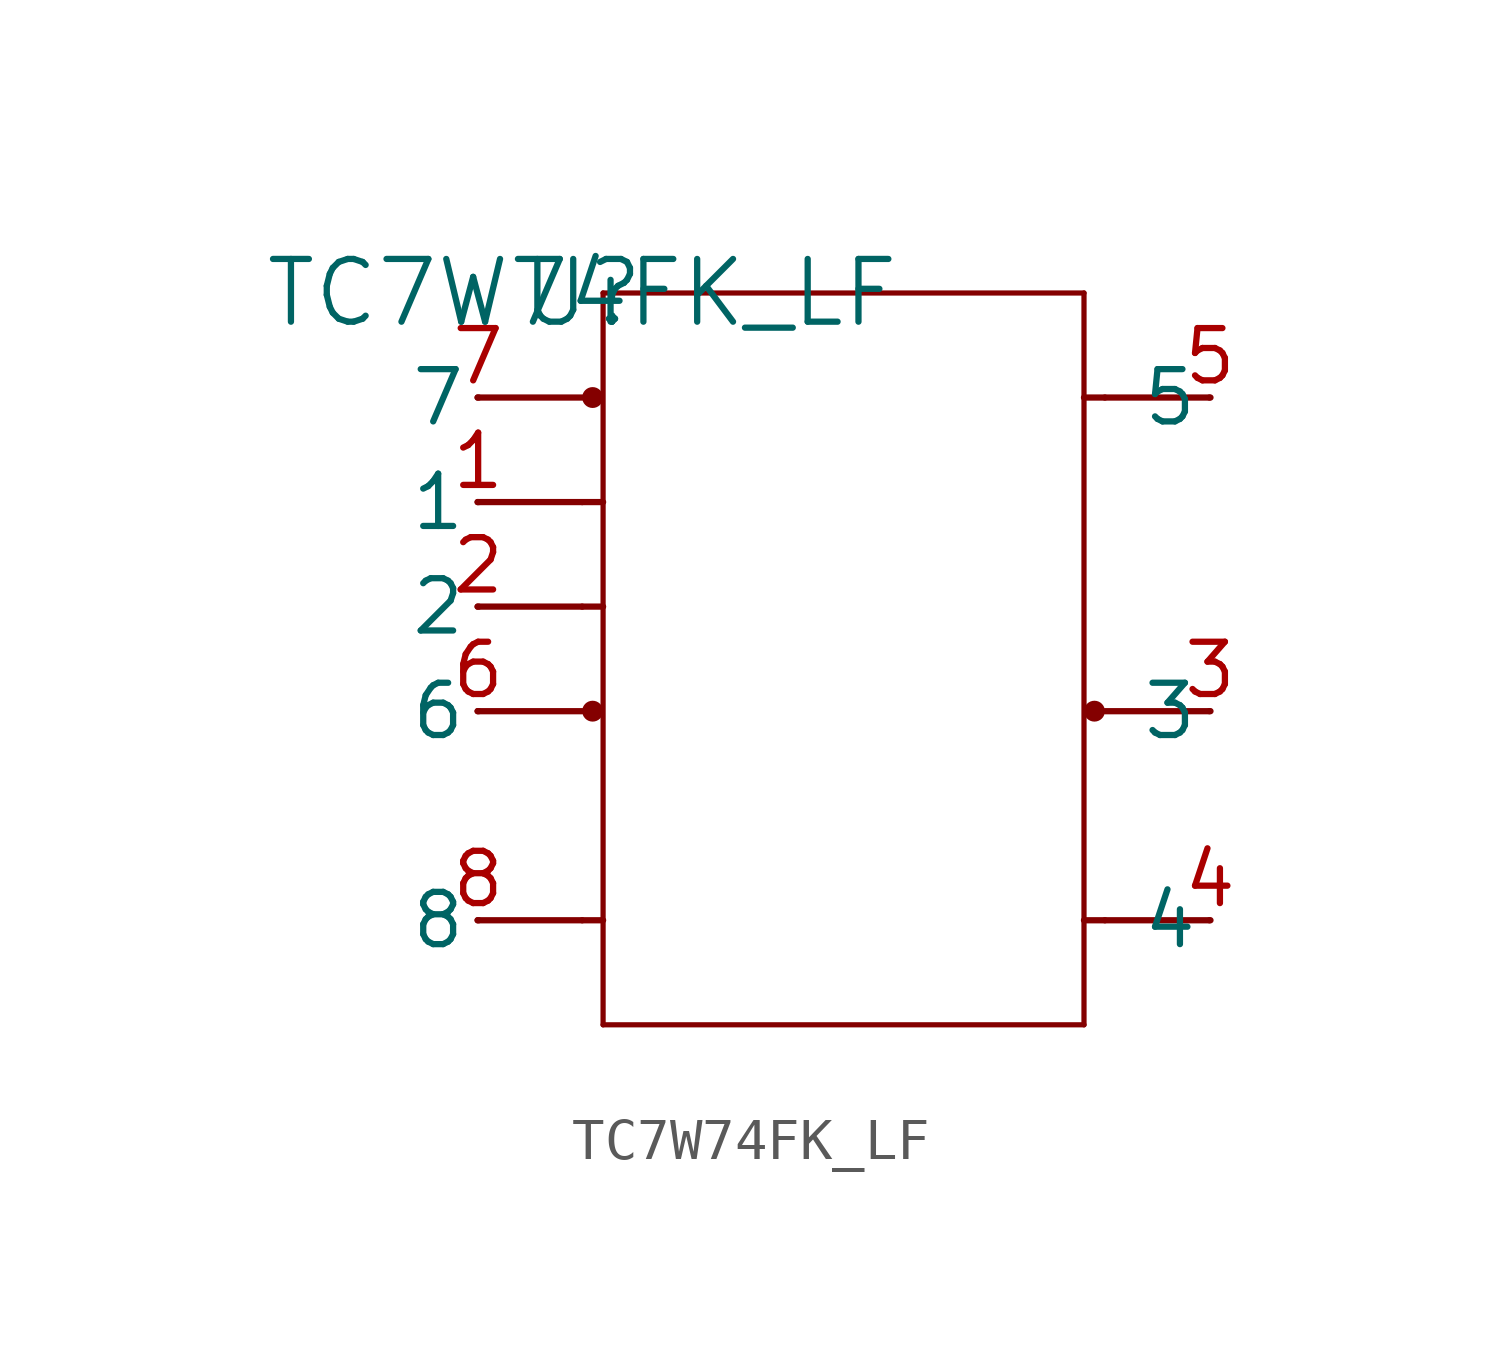
<source format=kicad_sym>
(kicad_symbol_lib
  (version 20211014)
  (generator kicad_symbol_editor)
  (symbol "TC7W74FK_LF"
    (pin_names
      (offset 0.254))
    (property "Reference" "U"
      (at 0 0 0)
      (effects (font (size 1.524 1.524))))
    (property "Value" "TC7W74FK_LF"
      (at 0 0 0)
      (effects (font (size 1.524 1.524))))
    (symbol "TC7W74FK_LF_0_1"
      (polyline (pts (xy 12.192 -2.54) (xy 12.7 -2.54)) (stroke (width 0) (type default) (color 0 0 0 0)) (fill (type none)))
      (polyline (pts (xy -2.54 -5.08) (xy 0 -5.08)) (stroke (width 0) (type default) (color 0 0 0 0)) (fill (type none)))
      (polyline (pts (xy -2.54 -2.54) (xy 0 -2.54)) (stroke (width 0) (type default) (color 0 0 0 0)) (fill (type none)))
      (polyline (pts (xy -2.54 -15.24) (xy 0 -15.24)) (stroke (width 0) (type default) (color 0 0 0 0)) (fill (type none)))
      (polyline (pts (xy 15.24 -10.16) (xy 12.7 -10.16)) (stroke (width 0) (type default) (color 0 0 0 0)) (fill (type none)))
      (polyline (pts (xy 15.24 -2.54) (xy 12.7 -2.54)) (stroke (width 0) (type default) (color 0 0 0 0)) (fill (type none)))
      (polyline (pts (xy 15.24 -15.24) (xy 12.7 -15.24)) (stroke (width 0) (type default) (color 0 0 0 0)) (fill (type none)))
      (polyline (pts (xy -2.54 -7.62) (xy 0 -7.62)) (stroke (width 0) (type default) (color 0 0 0 0)) (fill (type none)))
      (polyline (pts (xy -2.54 -10.16) (xy 0 -10.16)) (stroke (width 0) (type default) (color 0 0 0 0)) (fill (type none)))
      (polyline (pts (xy 0.508 -17.78) (xy 0.508 0)) (stroke (width 0.127) (type default) (color 0 0 0 0)) (fill (type none)))
      (polyline (pts (xy 0.508 0) (xy 12.192 0)) (stroke (width 0.127) (type default) (color 0 0 0 0)) (fill (type none)))
      (polyline (pts (xy 12.192 0) (xy 12.192 -17.78)) (stroke (width 0.127) (type default) (color 0 0 0 0)) (fill (type none)))
      (polyline (pts (xy 12.192 -17.78) (xy 0.508 -17.78)) (stroke (width 0.127) (type default) (color 0 0 0 0)) (fill (type none)))
      (circle (center 12.446 -10.16) (radius 0.127) (stroke (width 0.254) (type default) (color 0 0 0 0)) (fill (type none)))
      (circle (center 0.254 -2.54) (radius 0.127) (stroke (width 0.254) (type default) (color 0 0 0 0)) (fill (type none)))
      (circle (center 0.254 -10.16) (radius 0.127) (stroke (width 0.254) (type default) (color 0 0 0 0)) (fill (type none)))
      (polyline (pts (xy 0 -15.24) (xy 0.508 -15.24)) (stroke (width 0) (type default) (color 0 0 0 0)) (fill (type none)))
      (polyline (pts (xy 0 -7.62) (xy 0.508 -7.62)) (stroke (width 0) (type default) (color 0 0 0 0)) (fill (type none)))
      (polyline (pts (xy 0 -5.08) (xy 0.508 -5.08)) (stroke (width 0) (type default) (color 0 0 0 0)) (fill (type none)))
      (polyline (pts (xy 12.192 -15.24) (xy 12.7 -15.24)) (stroke (width 0) (type default) (color 0 0 0 0)) (fill (type none)))
      (pin unspecified line (at -2.515 -5.08 180) (length 0.025) (name "1" (effects (font (size 1.27 1.27)))) (number "1" (effects (font (size 1.27 1.27)))))
      (pin unspecified line (at -2.515 -7.62 180) (length 0.025) (name "2" (effects (font (size 1.27 1.27)))) (number "2" (effects (font (size 1.27 1.27)))))
      (pin unspecified line (at 15.265 -10.16 180) (length 0.025) (name "3" (effects (font (size 1.27 1.27)))) (number "3" (effects (font (size 1.27 1.27)))))
      (pin unspecified line (at 15.265 -15.24 180) (length 0.025) (name "4" (effects (font (size 1.27 1.27)))) (number "4" (effects (font (size 1.27 1.27)))))
      (pin unspecified line (at 15.265 -2.54 180) (length 0.025) (name "5" (effects (font (size 1.27 1.27)))) (number "5" (effects (font (size 1.27 1.27)))))
      (pin unspecified line (at -2.515 -10.16 180) (length 0.025) (name "6" (effects (font (size 1.27 1.27)))) (number "6" (effects (font (size 1.27 1.27)))))
      (pin unspecified line (at -2.515 -2.54 180) (length 0.025) (name "7" (effects (font (size 1.27 1.27)))) (number "7" (effects (font (size 1.27 1.27)))))
      (pin unspecified line (at -2.515 -15.24 180) (length 0.025) (name "8" (effects (font (size 1.27 1.27)))) (number "8" (effects (font (size 1.27 1.27))))))))
</source>
